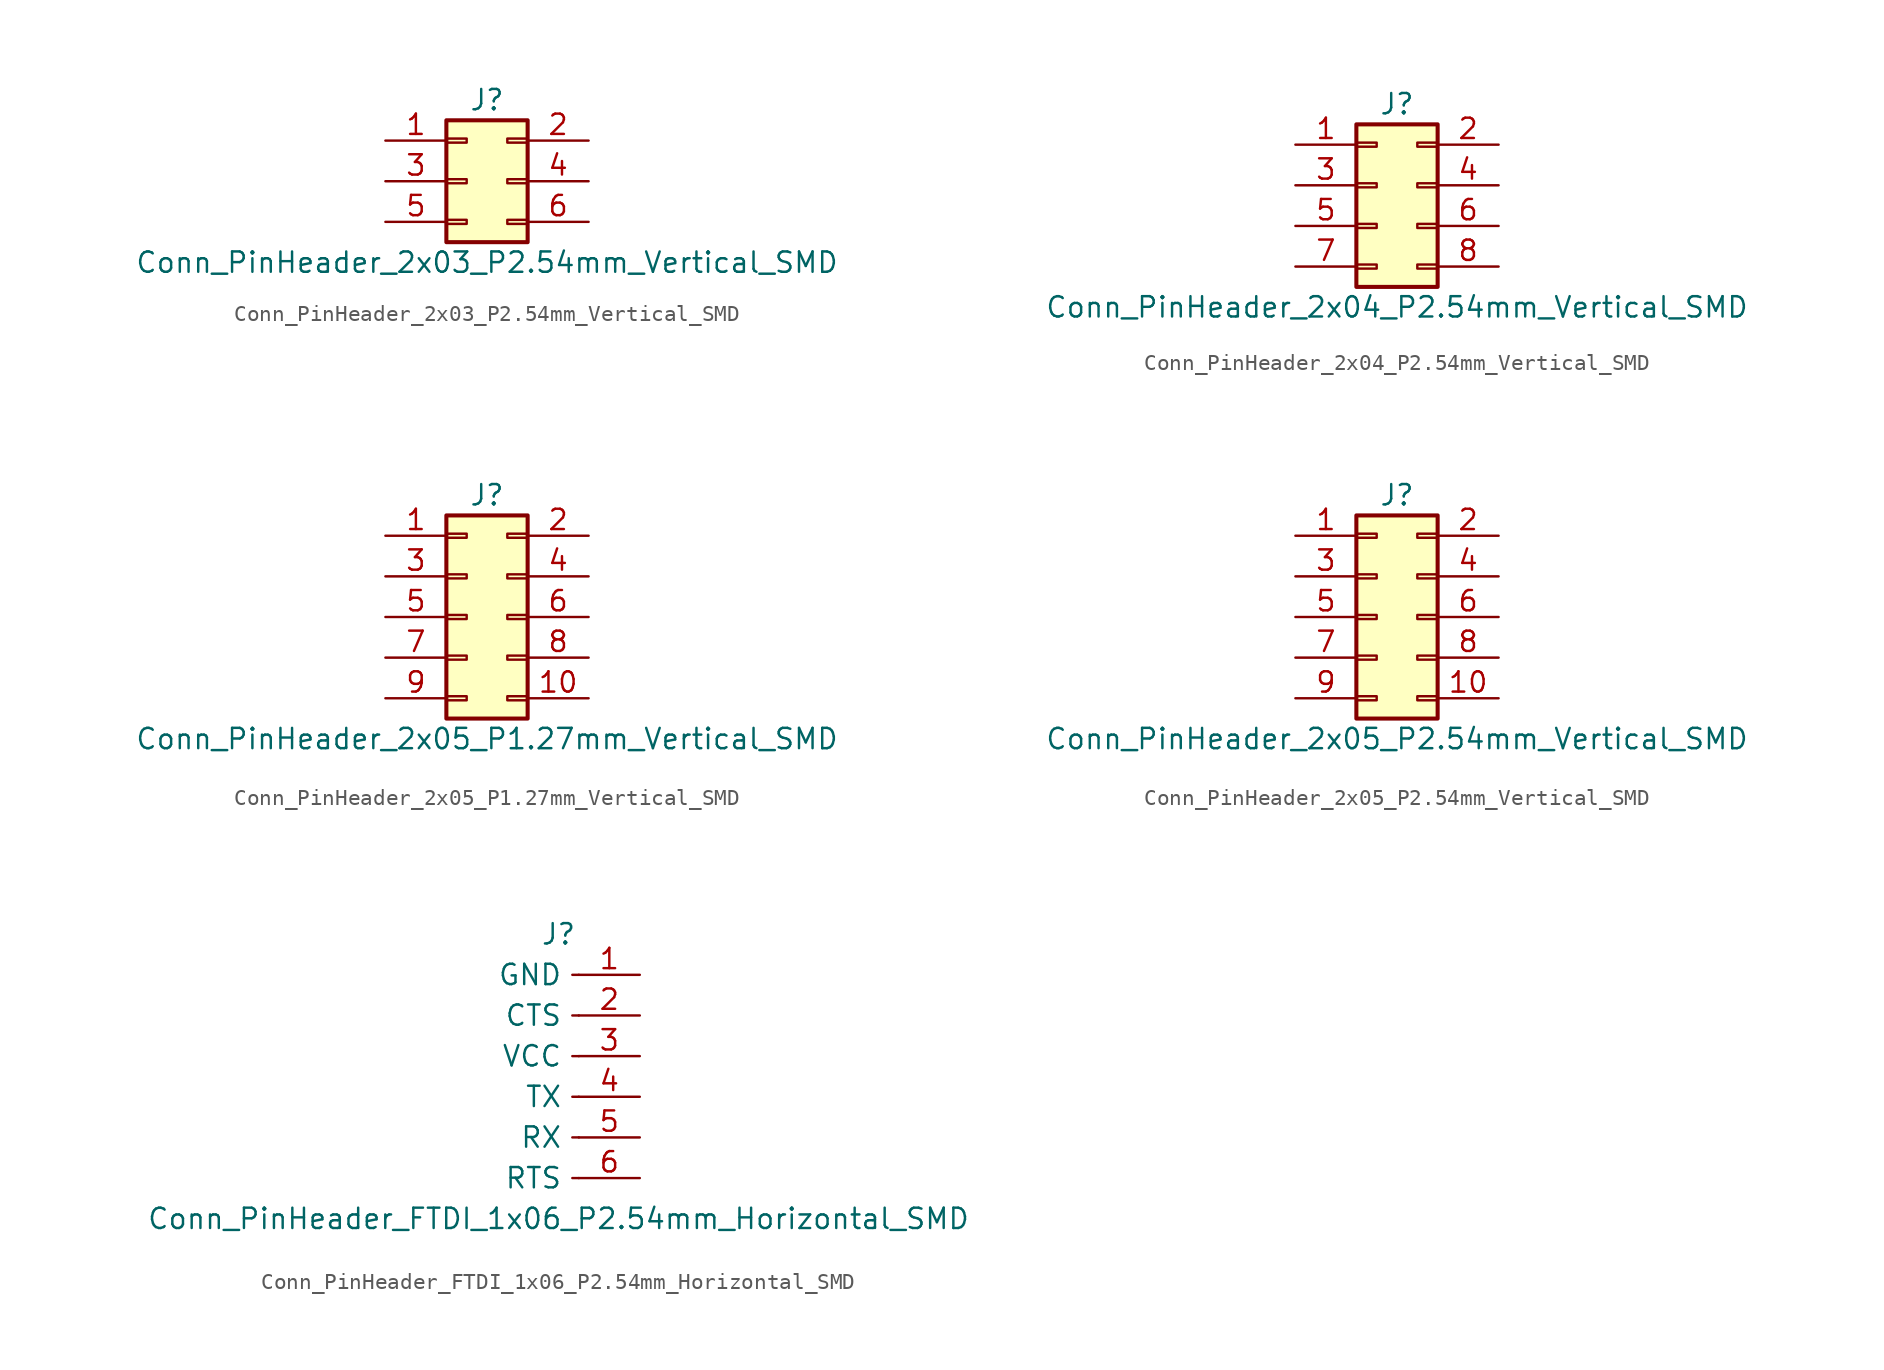
<source format=kicad_sym>
(kicad_symbol_lib
  (version 20211014)
  (generator kicad_symbol_editor)
  (symbol "Conn_PinHeader_2x03_P2.54mm_Vertical_SMD"
    (pin_names
      (offset 1.016) hide)
    (property "Reference" "J"
      (at 1.27 5.08 0)
      (effects (font (size 1.27 1.27))))
    (property "Value" "Conn_PinHeader_2x03_P2.54mm_Vertical_SMD"
      (at 1.27 -5.08 0)
      (effects (font (size 1.27 1.27))))
    (symbol "Conn_PinHeader_2x03_P2.54mm_Vertical_SMD_1_1"
      (rectangle (start -1.27 -2.413) (end 0 -2.667) (stroke (width 0.152) (type default) (color 0 0 0 0)) (fill (type none)))
      (rectangle (start -1.27 0.127) (end 0 -0.127) (stroke (width 0.152) (type default) (color 0 0 0 0)) (fill (type none)))
      (rectangle (start -1.27 2.667) (end 0 2.413) (stroke (width 0.152) (type default) (color 0 0 0 0)) (fill (type none)))
      (rectangle (start -1.27 3.81) (end 3.81 -3.81) (stroke (width 0.254) (type default) (color 0 0 0 0)) (fill (type background)))
      (rectangle (start 3.81 -2.413) (end 2.54 -2.667) (stroke (width 0.152) (type default) (color 0 0 0 0)) (fill (type none)))
      (rectangle (start 3.81 0.127) (end 2.54 -0.127) (stroke (width 0.152) (type default) (color 0 0 0 0)) (fill (type none)))
      (rectangle (start 3.81 2.667) (end 2.54 2.413) (stroke (width 0.152) (type default) (color 0 0 0 0)) (fill (type none)))
      (pin passive line (at -5.08 2.54 0) (length 3.81) (name "Pin_1" (effects (font (size 1.27 1.27)))) (number "1" (effects (font (size 1.27 1.27)))))
      (pin passive line (at 7.62 2.54 180) (length 3.81) (name "Pin_2" (effects (font (size 1.27 1.27)))) (number "2" (effects (font (size 1.27 1.27)))))
      (pin passive line (at -5.08 0 0) (length 3.81) (name "Pin_3" (effects (font (size 1.27 1.27)))) (number "3" (effects (font (size 1.27 1.27)))))
      (pin passive line (at 7.62 0 180) (length 3.81) (name "Pin_4" (effects (font (size 1.27 1.27)))) (number "4" (effects (font (size 1.27 1.27)))))
      (pin passive line (at -5.08 -2.54 0) (length 3.81) (name "Pin_5" (effects (font (size 1.27 1.27)))) (number "5" (effects (font (size 1.27 1.27)))))
      (pin passive line (at 7.62 -2.54 180) (length 3.81) (name "Pin_6" (effects (font (size 1.27 1.27)))) (number "6" (effects (font (size 1.27 1.27)))))))
  (symbol "Conn_PinHeader_2x04_P2.54mm_Vertical_SMD"
    (pin_names
      (offset 1.016) hide)
    (property "Reference" "J"
      (at 1.27 5.08 0)
      (effects (font (size 1.27 1.27))))
    (property "Value" "Conn_PinHeader_2x04_P2.54mm_Vertical_SMD"
      (at 1.27 -7.62 0)
      (effects (font (size 1.27 1.27))))
    (symbol "Conn_PinHeader_2x04_P2.54mm_Vertical_SMD_1_1"
      (rectangle (start -1.27 -4.953) (end 0 -5.207) (stroke (width 0.152) (type default) (color 0 0 0 0)) (fill (type none)))
      (rectangle (start -1.27 -2.413) (end 0 -2.667) (stroke (width 0.152) (type default) (color 0 0 0 0)) (fill (type none)))
      (rectangle (start -1.27 0.127) (end 0 -0.127) (stroke (width 0.152) (type default) (color 0 0 0 0)) (fill (type none)))
      (rectangle (start -1.27 2.667) (end 0 2.413) (stroke (width 0.152) (type default) (color 0 0 0 0)) (fill (type none)))
      (rectangle (start -1.27 3.81) (end 3.81 -6.35) (stroke (width 0.254) (type default) (color 0 0 0 0)) (fill (type background)))
      (rectangle (start 3.81 -4.953) (end 2.54 -5.207) (stroke (width 0.152) (type default) (color 0 0 0 0)) (fill (type none)))
      (rectangle (start 3.81 -2.413) (end 2.54 -2.667) (stroke (width 0.152) (type default) (color 0 0 0 0)) (fill (type none)))
      (rectangle (start 3.81 0.127) (end 2.54 -0.127) (stroke (width 0.152) (type default) (color 0 0 0 0)) (fill (type none)))
      (rectangle (start 3.81 2.667) (end 2.54 2.413) (stroke (width 0.152) (type default) (color 0 0 0 0)) (fill (type none)))
      (pin passive line (at -5.08 2.54 0) (length 3.81) (name "Pin_1" (effects (font (size 1.27 1.27)))) (number "1" (effects (font (size 1.27 1.27)))))
      (pin passive line (at 7.62 2.54 180) (length 3.81) (name "Pin_2" (effects (font (size 1.27 1.27)))) (number "2" (effects (font (size 1.27 1.27)))))
      (pin passive line (at -5.08 0 0) (length 3.81) (name "Pin_3" (effects (font (size 1.27 1.27)))) (number "3" (effects (font (size 1.27 1.27)))))
      (pin passive line (at 7.62 0 180) (length 3.81) (name "Pin_4" (effects (font (size 1.27 1.27)))) (number "4" (effects (font (size 1.27 1.27)))))
      (pin passive line (at -5.08 -2.54 0) (length 3.81) (name "Pin_5" (effects (font (size 1.27 1.27)))) (number "5" (effects (font (size 1.27 1.27)))))
      (pin passive line (at 7.62 -2.54 180) (length 3.81) (name "Pin_6" (effects (font (size 1.27 1.27)))) (number "6" (effects (font (size 1.27 1.27)))))
      (pin passive line (at -5.08 -5.08 0) (length 3.81) (name "Pin_7" (effects (font (size 1.27 1.27)))) (number "7" (effects (font (size 1.27 1.27)))))
      (pin passive line (at 7.62 -5.08 180) (length 3.81) (name "Pin_8" (effects (font (size 1.27 1.27)))) (number "8" (effects (font (size 1.27 1.27)))))))
  (symbol "Conn_PinHeader_2x05_P1.27mm_Vertical_SMD"
    (pin_names
      (offset 1.016) hide)
    (property "Reference" "J"
      (at 1.27 7.62 0)
      (effects (font (size 1.27 1.27))))
    (property "Value" "Conn_PinHeader_2x05_P1.27mm_Vertical_SMD"
      (at 1.27 -7.62 0)
      (effects (font (size 1.27 1.27))))
    (symbol "Conn_PinHeader_2x05_P1.27mm_Vertical_SMD_1_1"
      (rectangle (start -1.27 -4.953) (end 0 -5.207) (stroke (width 0.152) (type default) (color 0 0 0 0)) (fill (type none)))
      (rectangle (start -1.27 -2.413) (end 0 -2.667) (stroke (width 0.152) (type default) (color 0 0 0 0)) (fill (type none)))
      (rectangle (start -1.27 0.127) (end 0 -0.127) (stroke (width 0.152) (type default) (color 0 0 0 0)) (fill (type none)))
      (rectangle (start -1.27 2.667) (end 0 2.413) (stroke (width 0.152) (type default) (color 0 0 0 0)) (fill (type none)))
      (rectangle (start -1.27 5.207) (end 0 4.953) (stroke (width 0.152) (type default) (color 0 0 0 0)) (fill (type none)))
      (rectangle (start -1.27 6.35) (end 3.81 -6.35) (stroke (width 0.254) (type default) (color 0 0 0 0)) (fill (type background)))
      (rectangle (start 3.81 -4.953) (end 2.54 -5.207) (stroke (width 0.152) (type default) (color 0 0 0 0)) (fill (type none)))
      (rectangle (start 3.81 -2.413) (end 2.54 -2.667) (stroke (width 0.152) (type default) (color 0 0 0 0)) (fill (type none)))
      (rectangle (start 3.81 0.127) (end 2.54 -0.127) (stroke (width 0.152) (type default) (color 0 0 0 0)) (fill (type none)))
      (rectangle (start 3.81 2.667) (end 2.54 2.413) (stroke (width 0.152) (type default) (color 0 0 0 0)) (fill (type none)))
      (rectangle (start 3.81 5.207) (end 2.54 4.953) (stroke (width 0.152) (type default) (color 0 0 0 0)) (fill (type none)))
      (pin passive line (at -5.08 5.08 0) (length 3.81) (name "Pin_1" (effects (font (size 1.27 1.27)))) (number "1" (effects (font (size 1.27 1.27)))))
      (pin passive line (at 7.62 -5.08 180) (length 3.81) (name "Pin_10" (effects (font (size 1.27 1.27)))) (number "10" (effects (font (size 1.27 1.27)))))
      (pin passive line (at 7.62 5.08 180) (length 3.81) (name "Pin_2" (effects (font (size 1.27 1.27)))) (number "2" (effects (font (size 1.27 1.27)))))
      (pin passive line (at -5.08 2.54 0) (length 3.81) (name "Pin_3" (effects (font (size 1.27 1.27)))) (number "3" (effects (font (size 1.27 1.27)))))
      (pin passive line (at 7.62 2.54 180) (length 3.81) (name "Pin_4" (effects (font (size 1.27 1.27)))) (number "4" (effects (font (size 1.27 1.27)))))
      (pin passive line (at -5.08 0 0) (length 3.81) (name "Pin_5" (effects (font (size 1.27 1.27)))) (number "5" (effects (font (size 1.27 1.27)))))
      (pin passive line (at 7.62 0 180) (length 3.81) (name "Pin_6" (effects (font (size 1.27 1.27)))) (number "6" (effects (font (size 1.27 1.27)))))
      (pin passive line (at -5.08 -2.54 0) (length 3.81) (name "Pin_7" (effects (font (size 1.27 1.27)))) (number "7" (effects (font (size 1.27 1.27)))))
      (pin passive line (at 7.62 -2.54 180) (length 3.81) (name "Pin_8" (effects (font (size 1.27 1.27)))) (number "8" (effects (font (size 1.27 1.27)))))
      (pin passive line (at -5.08 -5.08 0) (length 3.81) (name "Pin_9" (effects (font (size 1.27 1.27)))) (number "9" (effects (font (size 1.27 1.27)))))))
  (symbol "Conn_PinHeader_2x05_P2.54mm_Vertical_SMD"
    (pin_names
      (offset 1.016) hide)
    (property "Reference" "J"
      (at 1.27 7.62 0)
      (effects (font (size 1.27 1.27))))
    (property "Value" "Conn_PinHeader_2x05_P2.54mm_Vertical_SMD"
      (at 1.27 -7.62 0)
      (effects (font (size 1.27 1.27))))
    (symbol "Conn_PinHeader_2x05_P2.54mm_Vertical_SMD_1_1"
      (rectangle (start -1.27 -4.953) (end 0 -5.207) (stroke (width 0.152) (type default) (color 0 0 0 0)) (fill (type none)))
      (rectangle (start -1.27 -2.413) (end 0 -2.667) (stroke (width 0.152) (type default) (color 0 0 0 0)) (fill (type none)))
      (rectangle (start -1.27 0.127) (end 0 -0.127) (stroke (width 0.152) (type default) (color 0 0 0 0)) (fill (type none)))
      (rectangle (start -1.27 2.667) (end 0 2.413) (stroke (width 0.152) (type default) (color 0 0 0 0)) (fill (type none)))
      (rectangle (start -1.27 5.207) (end 0 4.953) (stroke (width 0.152) (type default) (color 0 0 0 0)) (fill (type none)))
      (rectangle (start -1.27 6.35) (end 3.81 -6.35) (stroke (width 0.254) (type default) (color 0 0 0 0)) (fill (type background)))
      (rectangle (start 3.81 -4.953) (end 2.54 -5.207) (stroke (width 0.152) (type default) (color 0 0 0 0)) (fill (type none)))
      (rectangle (start 3.81 -2.413) (end 2.54 -2.667) (stroke (width 0.152) (type default) (color 0 0 0 0)) (fill (type none)))
      (rectangle (start 3.81 0.127) (end 2.54 -0.127) (stroke (width 0.152) (type default) (color 0 0 0 0)) (fill (type none)))
      (rectangle (start 3.81 2.667) (end 2.54 2.413) (stroke (width 0.152) (type default) (color 0 0 0 0)) (fill (type none)))
      (rectangle (start 3.81 5.207) (end 2.54 4.953) (stroke (width 0.152) (type default) (color 0 0 0 0)) (fill (type none)))
      (pin passive line (at -5.08 5.08 0) (length 3.81) (name "Pin_1" (effects (font (size 1.27 1.27)))) (number "1" (effects (font (size 1.27 1.27)))))
      (pin passive line (at 7.62 -5.08 180) (length 3.81) (name "Pin_10" (effects (font (size 1.27 1.27)))) (number "10" (effects (font (size 1.27 1.27)))))
      (pin passive line (at 7.62 5.08 180) (length 3.81) (name "Pin_2" (effects (font (size 1.27 1.27)))) (number "2" (effects (font (size 1.27 1.27)))))
      (pin passive line (at -5.08 2.54 0) (length 3.81) (name "Pin_3" (effects (font (size 1.27 1.27)))) (number "3" (effects (font (size 1.27 1.27)))))
      (pin passive line (at 7.62 2.54 180) (length 3.81) (name "Pin_4" (effects (font (size 1.27 1.27)))) (number "4" (effects (font (size 1.27 1.27)))))
      (pin passive line (at -5.08 0 0) (length 3.81) (name "Pin_5" (effects (font (size 1.27 1.27)))) (number "5" (effects (font (size 1.27 1.27)))))
      (pin passive line (at 7.62 0 180) (length 3.81) (name "Pin_6" (effects (font (size 1.27 1.27)))) (number "6" (effects (font (size 1.27 1.27)))))
      (pin passive line (at -5.08 -2.54 0) (length 3.81) (name "Pin_7" (effects (font (size 1.27 1.27)))) (number "7" (effects (font (size 1.27 1.27)))))
      (pin passive line (at 7.62 -2.54 180) (length 3.81) (name "Pin_8" (effects (font (size 1.27 1.27)))) (number "8" (effects (font (size 1.27 1.27)))))
      (pin passive line (at -5.08 -5.08 0) (length 3.81) (name "Pin_9" (effects (font (size 1.27 1.27)))) (number "9" (effects (font (size 1.27 1.27)))))))
  (symbol "Conn_PinHeader_FTDI_1x06_P2.54mm_Horizontal_SMD"
    (pin_names
      (offset 1.016))
    (property "Reference" "J"
      (at 0 7.62 0)
      (effects (font (size 1.27 1.27))))
    (property "Value" "Conn_PinHeader_FTDI_1x06_P2.54mm_Horizontal_SMD"
      (at 0 -10.16 0)
      (effects (font (size 1.27 1.27))))
    (symbol "Conn_PinHeader_FTDI_1x06_P2.54mm_Horizontal_SMD_1_1"
      (polyline (pts (xy 1.27 -7.62) (xy 0.864 -7.62)) (stroke (width 0.152) (type default) (color 0 0 0 0)) (fill (type none)))
      (polyline (pts (xy 1.27 -5.08) (xy 0.864 -5.08)) (stroke (width 0.152) (type default) (color 0 0 0 0)) (fill (type none)))
      (polyline (pts (xy 1.27 -2.54) (xy 0.864 -2.54)) (stroke (width 0.152) (type default) (color 0 0 0 0)) (fill (type none)))
      (polyline (pts (xy 1.27 0) (xy 0.864 0)) (stroke (width 0.152) (type default) (color 0 0 0 0)) (fill (type none)))
      (polyline (pts (xy 1.27 2.54) (xy 0.864 2.54)) (stroke (width 0.152) (type default) (color 0 0 0 0)) (fill (type none)))
      (polyline (pts (xy 1.27 5.08) (xy 0.864 5.08)) (stroke (width 0.152) (type default) (color 0 0 0 0)) (fill (type none)))
      (pin passive line (at 5.08 5.08 180) (length 3.81) (name "GND" (effects (font (size 1.27 1.27)))) (number "1" (effects (font (size 1.27 1.27)))))
      (pin passive line (at 5.08 2.54 180) (length 3.81) (name "CTS" (effects (font (size 1.27 1.27)))) (number "2" (effects (font (size 1.27 1.27)))))
      (pin passive line (at 5.08 0 180) (length 3.81) (name "VCC" (effects (font (size 1.27 1.27)))) (number "3" (effects (font (size 1.27 1.27)))))
      (pin passive line (at 5.08 -2.54 180) (length 3.81) (name "TX" (effects (font (size 1.27 1.27)))) (number "4" (effects (font (size 1.27 1.27)))))
      (pin passive line (at 5.08 -5.08 180) (length 3.81) (name "RX" (effects (font (size 1.27 1.27)))) (number "5" (effects (font (size 1.27 1.27)))))
      (pin passive line (at 5.08 -7.62 180) (length 3.81) (name "RTS" (effects (font (size 1.27 1.27)))) (number "6" (effects (font (size 1.27 1.27))))))))
</source>
